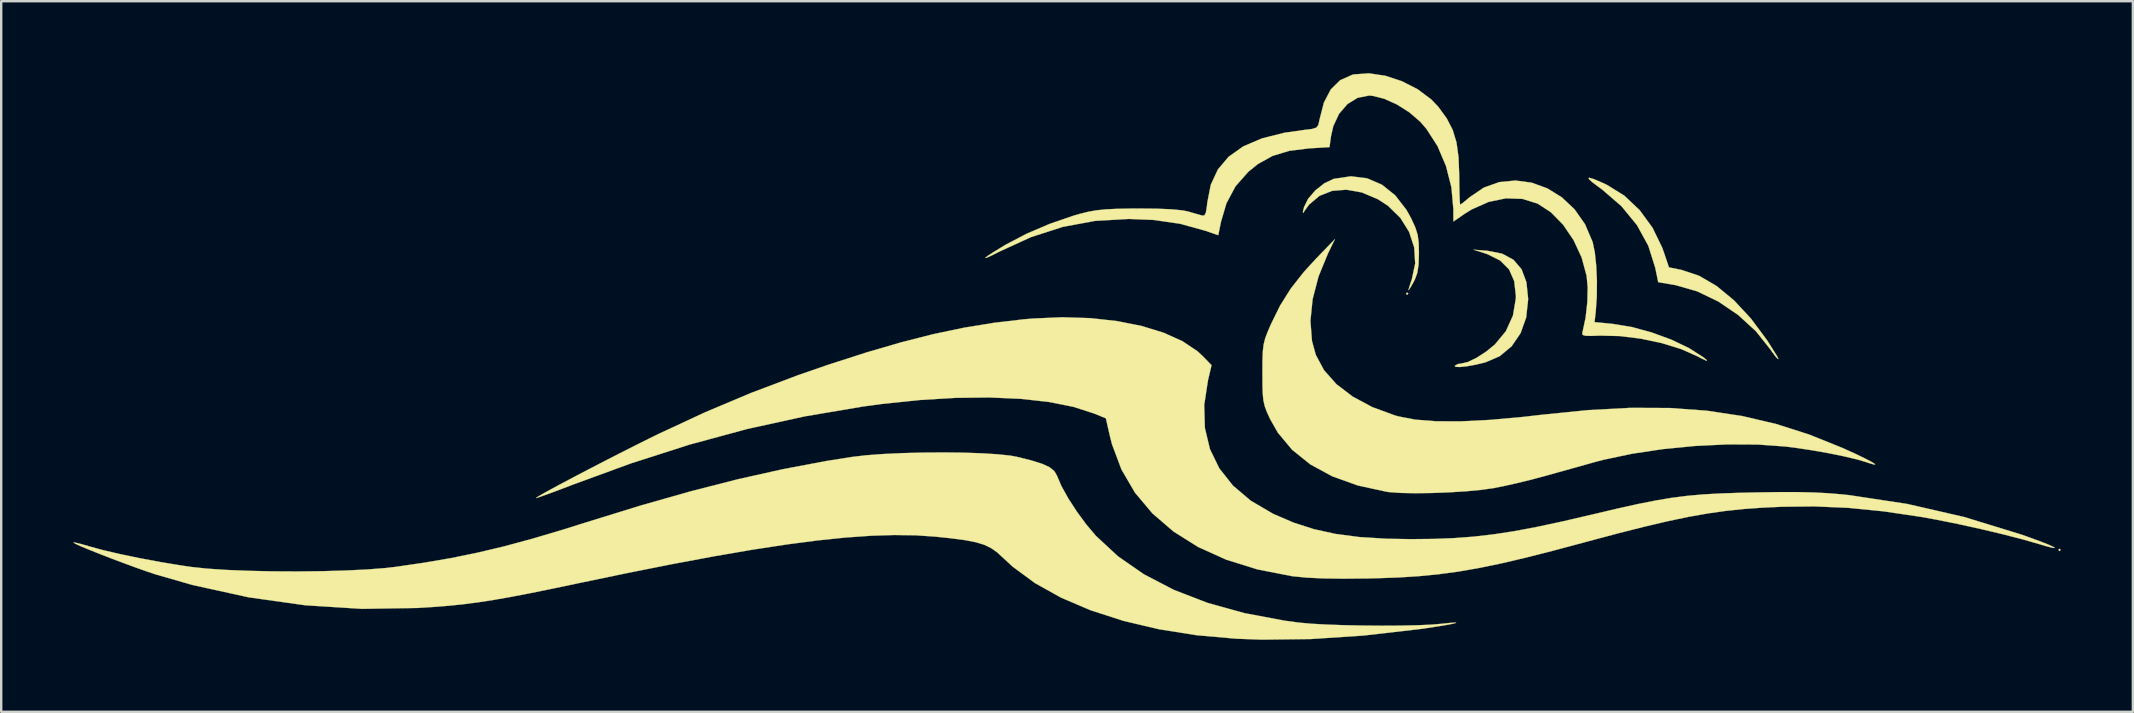
<source format=kicad_pcb>
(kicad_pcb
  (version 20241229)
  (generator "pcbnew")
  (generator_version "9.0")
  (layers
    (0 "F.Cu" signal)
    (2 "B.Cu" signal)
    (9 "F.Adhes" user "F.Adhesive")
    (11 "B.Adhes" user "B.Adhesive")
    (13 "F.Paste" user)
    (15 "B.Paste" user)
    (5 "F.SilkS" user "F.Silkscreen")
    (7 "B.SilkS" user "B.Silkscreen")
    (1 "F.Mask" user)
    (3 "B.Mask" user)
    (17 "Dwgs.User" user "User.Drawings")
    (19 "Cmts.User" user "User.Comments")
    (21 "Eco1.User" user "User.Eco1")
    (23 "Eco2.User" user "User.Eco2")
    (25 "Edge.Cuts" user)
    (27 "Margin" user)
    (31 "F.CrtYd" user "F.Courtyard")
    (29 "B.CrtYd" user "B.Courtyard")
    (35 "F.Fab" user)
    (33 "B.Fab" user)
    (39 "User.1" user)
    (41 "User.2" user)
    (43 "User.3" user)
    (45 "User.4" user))
  (footprint "wave3"
    (layer "F.Cu")
    (at 41.486 11.803)
    (property "Reference" "wave3" (at 0 0 0) (layer "F.SilkS") (effects (font (size 1.524 1.524) (thickness 0.3))))
    (attr through_hole)
    (fp_poly (pts (xy 14.133 -2.619) (xy 14.084 -2.57) (xy 14.034 -2.619) (xy 14.084 -2.668) (xy 14.133 -2.619)) (stroke (width 0.01) (type solid)) (fill yes) (layer "F.SilkS"))
    (fp_poly (pts (xy 41.312 8.055) (xy 41.263 8.104) (xy 41.213 8.055) (xy 41.263 8.005) (xy 41.312 8.055)) (stroke (width 0.01) (type solid)) (fill yes) (layer "F.SilkS"))
    (fp_poly (pts (xy 17.43 -4.406) (xy 18.043 -4.286) (xy 18.516 -4.03) (xy 18.851 -3.635) (xy 19.053 -3.097) (xy 19.124 -2.411) (xy 19.124 -2.372) (xy 19.043 -1.627) (xy 18.809 -0.972) (xy 18.437 -0.428) (xy 17.94 -0.015) (xy 17.345 0.242) (xy 16.95 0.338) (xy 16.583 0.404) (xy 16.286 0.437) (xy 16.102 0.43) (xy 16.066 0.386) (xy 16.2 0.311) (xy 16.317 0.296) (xy 16.606 0.23) (xy 16.979 0.051) (xy 17.383 -0.212) (xy 17.739 -0.503) (xy 18.195 -1.054) (xy 18.491 -1.705) (xy 18.612 -2.419) (xy 18.614 -2.52) (xy 18.545 -3.139) (xy 18.331 -3.627) (xy 17.962 -3.998) (xy 17.43 -4.264) (xy 17.345 -4.292) (xy 16.851 -4.451) (xy 17.43 -4.406)) (stroke (width 0.01) (type solid)) (fill yes) (layer "F.SilkS"))
    (fp_poly (pts (xy 21.857 -7.394) (xy 22.218 -7.24) (xy 22.405 -7.153) (xy 23.128 -6.705) (xy 23.771 -6.098) (xy 24.308 -5.363) (xy 24.712 -4.531) (xy 24.775 -4.355) (xy 24.991 -3.715) (xy 25.517 -3.608) (xy 26.243 -3.366) (xy 26.976 -2.939) (xy 27.704 -2.338) (xy 28.413 -1.574) (xy 29.092 -0.659) (xy 29.49 -0.025) (xy 29.553 0.103) (xy 29.522 0.099) (xy 29.422 -0.012) (xy 29.279 -0.205) (xy 29.218 -0.294) (xy 28.613 -1.055) (xy 27.875 -1.73) (xy 27.046 -2.293) (xy 26.165 -2.716) (xy 25.272 -2.973) (xy 25.213 -2.984) (xy 24.543 -3.098) (xy 24.419 -3.699) (xy 24.13 -4.616) (xy 23.658 -5.474) (xy 23.014 -6.26) (xy 22.207 -6.958) (xy 22.11 -7.028) (xy 21.791 -7.267) (xy 21.643 -7.407) (xy 21.665 -7.45) (xy 21.857 -7.394)) (stroke (width 0.01) (type solid)) (fill yes) (layer "F.SilkS"))
    (fp_poly (pts (xy 12.415 -7.425) (xy 13.034 -7.159) (xy 13.585 -6.718) (xy 14.056 -6.11) (xy 14.254 -5.752) (xy 14.425 -5.378) (xy 14.522 -5.07) (xy 14.566 -4.741) (xy 14.575 -4.301) (xy 14.575 -4.301) (xy 14.56 -3.832) (xy 14.509 -3.493) (xy 14.409 -3.215) (xy 14.357 -3.113) (xy 14.23 -2.89) (xy 14.151 -2.772) (xy 14.139 -2.767) (xy 14.168 -2.883) (xy 14.243 -3.113) (xy 14.278 -3.212) (xy 14.419 -3.878) (xy 14.377 -4.548) (xy 14.166 -5.192) (xy 13.799 -5.779) (xy 13.287 -6.279) (xy 12.868 -6.552) (xy 12.198 -6.835) (xy 11.554 -6.95) (xy 10.958 -6.902) (xy 10.432 -6.694) (xy 9.998 -6.329) (xy 9.815 -6.075) (xy 9.747 -5.979) (xy 9.743 -6.038) (xy 9.789 -6.226) (xy 9.96 -6.573) (xy 10.26 -6.922) (xy 10.632 -7.216) (xy 11.016 -7.399) (xy 11.032 -7.404) (xy 11.743 -7.509) (xy 12.415 -7.425)) (stroke (width 0.01) (type solid)) (fill yes) (layer "F.SilkS"))
    (fp_poly (pts (xy 10.788 -4.299) (xy 10.392 -3.334) (xy 10.146 -2.387) (xy 10.055 -1.483) (xy 10.12 -0.647) (xy 10.279 -0.069) (xy 10.62 0.567) (xy 11.137 1.15) (xy 11.813 1.667) (xy 12.629 2.105) (xy 13.569 2.45) (xy 13.724 2.494) (xy 14.414 2.628) (xy 15.276 2.696) (xy 16.314 2.7) (xy 17.531 2.639) (xy 18.931 2.513) (xy 19.717 2.423) (xy 21.626 2.231) (xy 23.387 2.137) (xy 25.025 2.144) (xy 26.564 2.256) (xy 28.029 2.476) (xy 29.447 2.807) (xy 30.84 3.252) (xy 32.235 3.814) (xy 32.738 4.043) (xy 33.177 4.255) (xy 33.462 4.405) (xy 33.585 4.489) (xy 33.542 4.502) (xy 33.326 4.439) (xy 33.219 4.402) (xy 32.819 4.284) (xy 32.273 4.155) (xy 31.632 4.025) (xy 30.944 3.904) (xy 30.262 3.801) (xy 29.848 3.749) (xy 28.695 3.666) (xy 27.42 3.66) (xy 26.08 3.725) (xy 24.733 3.857) (xy 23.438 4.052) (xy 22.251 4.304) (xy 21.931 4.388) (xy 21.494 4.51) (xy 20.941 4.665) (xy 20.35 4.83) (xy 19.865 4.966) (xy 19.285 5.121) (xy 18.664 5.273) (xy 18.083 5.403) (xy 17.691 5.481) (xy 17.169 5.554) (xy 16.531 5.614) (xy 15.826 5.658) (xy 15.105 5.685) (xy 14.417 5.694) (xy 13.811 5.682) (xy 13.336 5.648) (xy 13.225 5.632) (xy 12.022 5.37) (xy 10.962 4.989) (xy 10.051 4.494) (xy 9.294 3.886) (xy 8.697 3.171) (xy 8.377 2.607) (xy 8.242 2.313) (xy 8.151 2.07) (xy 8.096 1.827) (xy 8.067 1.533) (xy 8.056 1.134) (xy 8.055 0.692) (xy 8.057 0.17) (xy 8.071 -0.209) (xy 8.105 -0.499) (xy 8.169 -0.755) (xy 8.273 -1.031) (xy 8.404 -1.335) (xy 8.794 -2.127) (xy 9.24 -2.837) (xy 9.784 -3.528) (xy 10.301 -4.091) (xy 11.077 -4.892) (xy 10.788 -4.299)) (stroke (width 0.01) (type solid)) (fill yes) (layer "F.SilkS"))
    (fp_poly (pts (xy -4.415 4.004) (xy -3.648 4.03) (xy -2.981 4.071) (xy -2.448 4.127) (xy -2.183 4.175) (xy -1.566 4.329) (xy -1.118 4.47) (xy -0.811 4.613) (xy -0.616 4.77) (xy -0.507 4.954) (xy -0.497 4.981) (xy -0.315 5.403) (xy -0.029 5.915) (xy 0.327 6.464) (xy 0.72 6.998) (xy 1.115 7.466) (xy 1.119 7.47) (xy 2.04 8.324) (xy 3.125 9.075) (xy 4.369 9.722) (xy 5.764 10.26) (xy 7.304 10.689) (xy 8.982 11.004) (xy 9.587 11.085) (xy 10.066 11.129) (xy 10.692 11.164) (xy 11.419 11.19) (xy 12.206 11.206) (xy 13.008 11.213) (xy 13.782 11.209) (xy 14.484 11.195) (xy 15.072 11.17) (xy 15.464 11.138) (xy 15.862 11.097) (xy 16.079 11.083) (xy 16.129 11.093) (xy 16.024 11.124) (xy 15.779 11.173) (xy 15.408 11.235) (xy 14.924 11.309) (xy 14.576 11.358) (xy 12.26 11.624) (xy 10.076 11.769) (xy 8.032 11.794) (xy 6.959 11.755) (xy 5.309 11.609) (xy 3.738 11.359) (xy 2.263 11.011) (xy 0.901 10.571) (xy -0.332 10.045) (xy -1.421 9.438) (xy -2.348 8.755) (xy -2.737 8.396) (xy -2.989 8.163) (xy -3.244 7.982) (xy -3.533 7.842) (xy -3.892 7.734) (xy -4.352 7.646) (xy -4.948 7.568) (xy -5.582 7.502) (xy -6.393 7.447) (xy -7.277 7.435) (xy -8.247 7.465) (xy -9.314 7.54) (xy -10.491 7.662) (xy -11.787 7.832) (xy -13.216 8.051) (xy -14.789 8.322) (xy -16.516 8.644) (xy -18.41 9.021) (xy -20.382 9.431) (xy -21.491 9.664) (xy -22.439 9.857) (xy -23.256 10.014) (xy -23.973 10.14) (xy -24.62 10.24) (xy -25.229 10.319) (xy -25.83 10.381) (xy -26.454 10.431) (xy -27.131 10.473) (xy -27.132 10.474) (xy -29.462 10.511) (xy -31.82 10.362) (xy -34.179 10.03) (xy -36.513 9.518) (xy -38.051 9.076) (xy -38.427 8.951) (xy -38.88 8.79) (xy -39.378 8.607) (xy -39.889 8.415) (xy -40.379 8.225) (xy -40.816 8.05) (xy -41.167 7.904) (xy -41.399 7.798) (xy -41.481 7.746) (xy -41.48 7.745) (xy -41.378 7.756) (xy -41.139 7.815) (xy -40.815 7.908) (xy -40.813 7.909) (xy -40.246 8.064) (xy -39.533 8.23) (xy -38.724 8.398) (xy -37.868 8.558) (xy -37.016 8.699) (xy -36.568 8.765) (xy -35.918 8.835) (xy -35.112 8.889) (xy -34.189 8.926) (xy -33.191 8.948) (xy -32.157 8.953) (xy -31.128 8.942) (xy -30.145 8.914) (xy -29.247 8.871) (xy -28.476 8.811) (xy -28.068 8.764) (xy -26.858 8.587) (xy -25.729 8.393) (xy -24.636 8.169) (xy -23.533 7.907) (xy -22.374 7.594) (xy -21.113 7.22) (xy -20.112 6.906) (xy -17.863 6.211) (xy -15.76 5.613) (xy -13.781 5.108) (xy -11.903 4.689) (xy -10.105 4.35) (xy -9.043 4.182) (xy -8.451 4.113) (xy -7.739 4.06) (xy -6.942 4.023) (xy -6.098 4.001) (xy -5.244 3.995) (xy -4.415 4.004)) (stroke (width 0.01) (type solid)) (fill yes) (layer "F.SilkS"))
    (fp_poly (pts (xy 0.891 -1.6) (xy 2.005 -1.476) (xy 3.031 -1.271) (xy 3.945 -0.99) (xy 4.726 -0.638) (xy 5.351 -0.22) (xy 5.562 -0.024) (xy 5.936 0.36) (xy 5.786 0.996) (xy 5.63 2.02) (xy 5.658 2.974) (xy 5.868 3.855) (xy 6.258 4.657) (xy 6.826 5.375) (xy 7.569 6.005) (xy 8.485 6.543) (xy 8.536 6.568) (xy 9.355 6.919) (xy 10.198 7.191) (xy 11.099 7.389) (xy 12.095 7.52) (xy 13.218 7.59) (xy 14.232 7.607) (xy 15.163 7.598) (xy 16.024 7.565) (xy 16.85 7.503) (xy 17.678 7.408) (xy 18.544 7.275) (xy 19.487 7.098) (xy 20.542 6.872) (xy 21.746 6.592) (xy 21.842 6.57) (xy 22.839 6.335) (xy 23.687 6.146) (xy 24.427 5.999) (xy 25.1 5.886) (xy 25.749 5.803) (xy 26.413 5.744) (xy 27.136 5.703) (xy 27.958 5.676) (xy 28.612 5.661) (xy 29.55 5.647) (xy 30.333 5.647) (xy 31.005 5.662) (xy 31.608 5.693) (xy 32.187 5.741) (xy 32.516 5.776) (xy 34.915 6.14) (xy 37.292 6.685) (xy 39.675 7.417) (xy 39.958 7.517) (xy 40.45 7.697) (xy 40.805 7.837) (xy 41.014 7.933) (xy 41.068 7.977) (xy 40.959 7.966) (xy 40.68 7.893) (xy 40.413 7.813) (xy 39.719 7.614) (xy 38.887 7.4) (xy 37.977 7.184) (xy 37.046 6.979) (xy 36.152 6.799) (xy 35.506 6.682) (xy 33.932 6.449) (xy 32.469 6.304) (xy 31.052 6.243) (xy 29.699 6.258) (xy 28.88 6.296) (xy 28.111 6.351) (xy 27.361 6.43) (xy 26.604 6.537) (xy 25.809 6.678) (xy 24.947 6.858) (xy 23.989 7.083) (xy 22.907 7.356) (xy 21.671 7.685) (xy 21.427 7.751) (xy 20.133 8.097) (xy 18.997 8.385) (xy 17.985 8.622) (xy 17.068 8.811) (xy 16.215 8.959) (xy 15.393 9.07) (xy 14.573 9.15) (xy 13.722 9.204) (xy 12.811 9.236) (xy 12.404 9.245) (xy 11.407 9.254) (xy 10.584 9.243) (xy 9.908 9.211) (xy 9.356 9.157) (xy 9.27 9.146) (xy 7.843 8.867) (xy 6.543 8.461) (xy 5.376 7.934) (xy 4.35 7.289) (xy 3.471 6.533) (xy 2.746 5.671) (xy 2.183 4.707) (xy 1.786 3.648) (xy 1.701 3.312) (xy 1.533 2.573) (xy 1.032 2.37) (xy 0.179 2.095) (xy -0.841 1.893) (xy -2.01 1.762) (xy -3.308 1.705) (xy -4.719 1.721) (xy -6.224 1.811) (xy -7.806 1.976) (xy -8.598 2.084) (xy -11.018 2.494) (xy -13.408 3.018) (xy -15.808 3.668) (xy -18.255 4.452) (xy -20.67 5.336) (xy -21.176 5.53) (xy -21.614 5.693) (xy -21.951 5.815) (xy -22.156 5.885) (xy -22.206 5.896) (xy -22.134 5.841) (xy -21.91 5.71) (xy -21.557 5.515) (xy -21.1 5.269) (xy -20.563 4.985) (xy -19.969 4.675) (xy -19.344 4.351) (xy -18.71 4.027) (xy -18.093 3.715) (xy -17.516 3.427) (xy -17.098 3.222) (xy -15.149 2.316) (xy -13.239 1.512) (xy -11.278 0.772) (xy -10.032 0.341) (xy -8.443 -0.17) (xy -6.994 -0.593) (xy -5.648 -0.935) (xy -4.372 -1.203) (xy -3.132 -1.405) (xy -1.894 -1.55) (xy -1.511 -1.583) (xy -0.288 -1.637) (xy 0.891 -1.6)) (stroke (width 0.01) (type solid)) (fill yes) (layer "F.SilkS"))
    (fp_poly (pts (xy 13.175 -11.697) (xy 13.868 -11.469) (xy 14.523 -11.134) (xy 15.09 -10.71) (xy 15.383 -10.403) (xy 15.733 -9.922) (xy 15.981 -9.444) (xy 16.14 -8.92) (xy 16.226 -8.302) (xy 16.254 -7.539) (xy 16.254 -7.536) (xy 16.258 -7.073) (xy 16.267 -6.692) (xy 16.279 -6.43) (xy 16.293 -6.326) (xy 16.294 -6.326) (xy 16.383 -6.385) (xy 16.568 -6.535) (xy 16.685 -6.636) (xy 17.279 -7.039) (xy 17.925 -7.268) (xy 18.598 -7.333) (xy 19.273 -7.243) (xy 19.924 -7.006) (xy 20.528 -6.633) (xy 21.06 -6.132) (xy 21.495 -5.512) (xy 21.807 -4.782) (xy 21.815 -4.756) (xy 21.902 -4.338) (xy 21.961 -3.784) (xy 21.99 -3.155) (xy 21.985 -2.509) (xy 21.944 -1.908) (xy 21.941 -1.878) (xy 21.891 -1.434) (xy 22.633 -1.362) (xy 23.431 -1.232) (xy 24.269 -1.005) (xy 25.087 -0.705) (xy 25.827 -0.351) (xy 26.43 0.034) (xy 26.438 0.039) (xy 26.577 0.159) (xy 26.55 0.174) (xy 26.357 0.085) (xy 26.179 -0.009) (xy 25.503 -0.309) (xy 24.696 -0.558) (xy 23.821 -0.744) (xy 22.942 -0.853) (xy 22.123 -0.872) (xy 22.122 -0.872) (xy 21.733 -0.859) (xy 21.504 -0.866) (xy 21.398 -0.9) (xy 21.378 -0.97) (xy 21.394 -1.038) (xy 21.518 -1.618) (xy 21.59 -2.26) (xy 21.605 -2.881) (xy 21.561 -3.36) (xy 21.352 -4.128) (xy 21.016 -4.852) (xy 20.579 -5.494) (xy 20.067 -6.015) (xy 19.519 -6.371) (xy 18.885 -6.568) (xy 18.195 -6.59) (xy 17.48 -6.442) (xy 16.771 -6.128) (xy 16.464 -5.936) (xy 16.011 -5.624) (xy 16.009 -6.148) (xy 15.928 -7.05) (xy 15.701 -7.94) (xy 15.348 -8.769) (xy 14.885 -9.488) (xy 14.626 -9.786) (xy 14.175 -10.174) (xy 13.657 -10.501) (xy 13.127 -10.74) (xy 12.642 -10.862) (xy 12.492 -10.872) (xy 12.019 -10.778) (xy 11.596 -10.517) (xy 11.25 -10.115) (xy 11.008 -9.601) (xy 10.912 -9.18) (xy 10.85 -8.723) (xy 9.996 -8.672) (xy 9.171 -8.569) (xy 8.477 -8.358) (xy 7.87 -8.022) (xy 7.467 -7.696) (xy 6.935 -7.093) (xy 6.557 -6.386) (xy 6.33 -5.616) (xy 6.215 -5.055) (xy 5.668 -5.243) (xy 4.628 -5.53) (xy 3.526 -5.69) (xy 2.486 -5.732) (xy 1.085 -5.651) (xy -0.259 -5.402) (xy -1.579 -4.977) (xy -2.866 -4.389) (xy -3.24 -4.201) (xy -3.448 -4.11) (xy -3.494 -4.111) (xy -3.381 -4.2) (xy -3.113 -4.373) (xy -2.695 -4.627) (xy -2.619 -4.671) (xy -1.771 -5.115) (xy -0.812 -5.525) (xy 0.171 -5.864) (xy 0.462 -5.948) (xy 0.807 -6.033) (xy 1.151 -6.093) (xy 1.54 -6.133) (xy 2.021 -6.155) (xy 2.638 -6.166) (xy 2.866 -6.167) (xy 3.653 -6.16) (xy 4.281 -6.133) (xy 4.738 -6.087) (xy 4.942 -6.046) (xy 5.245 -5.959) (xy 5.486 -5.89) (xy 5.545 -5.872) (xy 5.639 -5.882) (xy 5.7 -6) (xy 5.743 -6.265) (xy 5.757 -6.408) (xy 5.903 -7.155) (xy 6.199 -7.793) (xy 6.648 -8.325) (xy 7.257 -8.755) (xy 8.029 -9.086) (xy 8.969 -9.323) (xy 9.806 -9.442) (xy 10.125 -9.481) (xy 10.3 -9.536) (xy 10.383 -9.643) (xy 10.427 -9.836) (xy 10.432 -9.865) (xy 10.616 -10.581) (xy 10.903 -11.128) (xy 11.294 -11.512) (xy 11.792 -11.735) (xy 11.871 -11.754) (xy 12.493 -11.798) (xy 13.175 -11.697)) (stroke (width 0.01) (type solid)) (fill yes) (layer "F.SilkS")))
  (gr_rect
    (start -3 -3)
    (end 85.803 26.602)
    (stroke (width 0.1) (type default))
    (fill no)
    (layer "Edge.Cuts")))
</source>
